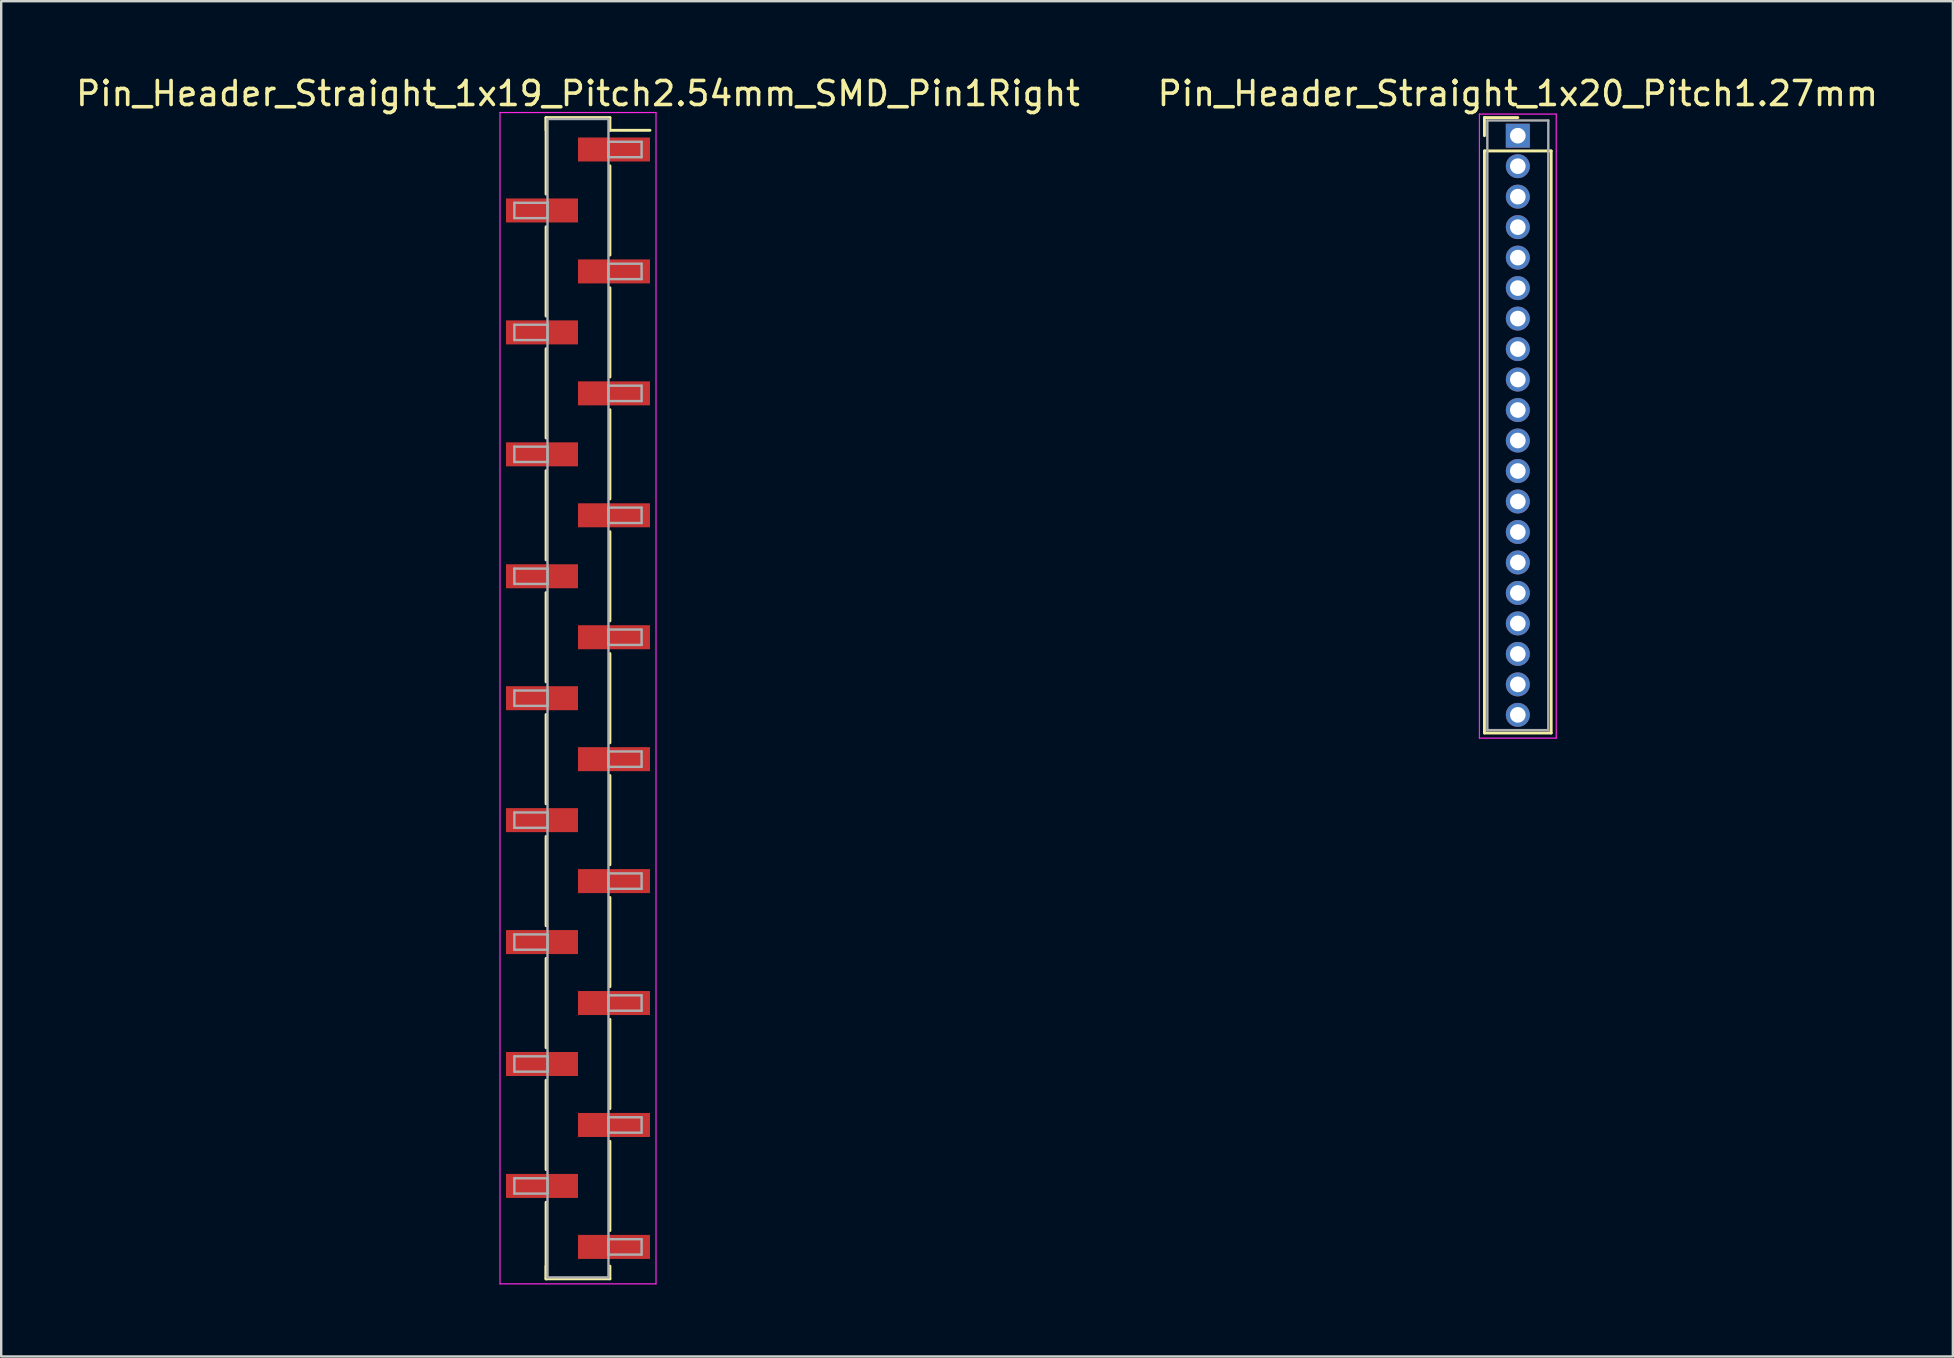
<source format=kicad_pcb>
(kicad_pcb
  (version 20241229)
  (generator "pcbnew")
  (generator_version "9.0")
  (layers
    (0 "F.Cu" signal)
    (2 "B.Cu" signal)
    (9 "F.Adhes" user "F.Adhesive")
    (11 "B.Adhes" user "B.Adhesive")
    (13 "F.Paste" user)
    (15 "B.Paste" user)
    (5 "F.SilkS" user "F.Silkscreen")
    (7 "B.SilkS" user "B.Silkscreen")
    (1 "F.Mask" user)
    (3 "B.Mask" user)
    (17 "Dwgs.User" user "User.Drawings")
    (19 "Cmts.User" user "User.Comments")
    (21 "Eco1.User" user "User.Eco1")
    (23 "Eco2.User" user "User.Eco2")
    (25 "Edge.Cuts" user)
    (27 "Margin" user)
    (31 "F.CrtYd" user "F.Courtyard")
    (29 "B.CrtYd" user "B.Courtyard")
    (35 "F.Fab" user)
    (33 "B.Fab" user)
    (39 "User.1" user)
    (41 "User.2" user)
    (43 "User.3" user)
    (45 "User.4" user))
  (footprint "Pin_Header_Straight_1x20_Pitch1.27mm"
    (layer "F.Cu")
    (at 60.185 2.603)
    (property "Reference" "Pin_Header_Straight_1x20_Pitch1.27mm" (at 0 -1.755 0) (layer "F.SilkS") (effects (font (size 1 1) (thickness 0.15))))
    (attr through_hole)
    (fp_line (start -1.39 -0.755) (end 0 -0.755) (stroke (width 0.12) (type solid)) (layer "F.SilkS"))
    (fp_line (start -1.39 0) (end -1.39 -0.755) (stroke (width 0.12) (type solid)) (layer "F.SilkS"))
    (fp_line (start -1.39 0.635) (end -1.39 24.885) (stroke (width 0.12) (type solid)) (layer "F.SilkS"))
    (fp_line (start -1.39 24.885) (end 1.39 24.885) (stroke (width 0.12) (type solid)) (layer "F.SilkS"))
    (fp_line (start 1.39 0.635) (end -1.39 0.635) (stroke (width 0.12) (type solid)) (layer "F.SilkS"))
    (fp_line (start 1.39 24.885) (end 1.39 0.635) (stroke (width 0.12) (type solid)) (layer "F.SilkS"))
    (fp_line (start -1.6 -0.9) (end -1.6 25.1) (stroke (width 0.05) (type solid)) (layer "F.CrtYd"))
    (fp_line (start -1.6 25.1) (end 1.6 25.1) (stroke (width 0.05) (type solid)) (layer "F.CrtYd"))
    (fp_line (start 1.6 -0.9) (end -1.6 -0.9) (stroke (width 0.05) (type solid)) (layer "F.CrtYd"))
    (fp_line (start 1.6 25.1) (end 1.6 -0.9) (stroke (width 0.05) (type solid)) (layer "F.CrtYd"))
    (fp_line (start -1.27 -0.635) (end -1.27 24.765) (stroke (width 0.1) (type solid)) (layer "F.Fab"))
    (fp_line (start -1.27 24.765) (end 1.27 24.765) (stroke (width 0.1) (type solid)) (layer "F.Fab"))
    (fp_line (start 1.27 -0.635) (end -1.27 -0.635) (stroke (width 0.1) (type solid)) (layer "F.Fab"))
    (fp_line (start 1.27 24.765) (end 1.27 -0.635) (stroke (width 0.1) (type solid)) (layer "F.Fab"))
    (pad "1" thru_hole rect (at 0 0) (size 1 1) (drill 0.65) (layers "*.Cu" "*.Mask"))
    (pad "2" thru_hole oval (at 0 1.27) (size 1 1) (drill 0.65) (layers "*.Cu" "*.Mask"))
    (pad "3" thru_hole oval (at 0 2.54) (size 1 1) (drill 0.65) (layers "*.Cu" "*.Mask"))
    (pad "4" thru_hole oval (at 0 3.81) (size 1 1) (drill 0.65) (layers "*.Cu" "*.Mask"))
    (pad "5" thru_hole oval (at 0 5.08) (size 1 1) (drill 0.65) (layers "*.Cu" "*.Mask"))
    (pad "6" thru_hole oval (at 0 6.35) (size 1 1) (drill 0.65) (layers "*.Cu" "*.Mask"))
    (pad "7" thru_hole oval (at 0 7.62) (size 1 1) (drill 0.65) (layers "*.Cu" "*.Mask"))
    (pad "8" thru_hole oval (at 0 8.89) (size 1 1) (drill 0.65) (layers "*.Cu" "*.Mask"))
    (pad "9" thru_hole oval (at 0 10.16) (size 1 1) (drill 0.65) (layers "*.Cu" "*.Mask"))
    (pad "10" thru_hole oval (at 0 11.43) (size 1 1) (drill 0.65) (layers "*.Cu" "*.Mask"))
    (pad "11" thru_hole oval (at 0 12.7) (size 1 1) (drill 0.65) (layers "*.Cu" "*.Mask"))
    (pad "12" thru_hole oval (at 0 13.97) (size 1 1) (drill 0.65) (layers "*.Cu" "*.Mask"))
    (pad "13" thru_hole oval (at 0 15.24) (size 1 1) (drill 0.65) (layers "*.Cu" "*.Mask"))
    (pad "14" thru_hole oval (at 0 16.51) (size 1 1) (drill 0.65) (layers "*.Cu" "*.Mask"))
    (pad "15" thru_hole oval (at 0 17.78) (size 1 1) (drill 0.65) (layers "*.Cu" "*.Mask"))
    (pad "16" thru_hole oval (at 0 19.05) (size 1 1) (drill 0.65) (layers "*.Cu" "*.Mask"))
    (pad "17" thru_hole oval (at 0 20.32) (size 1 1) (drill 0.65) (layers "*.Cu" "*.Mask"))
    (pad "18" thru_hole oval (at 0 21.59) (size 1 1) (drill 0.65) (layers "*.Cu" "*.Mask"))
    (pad "19" thru_hole oval (at 0 22.86) (size 1 1) (drill 0.65) (layers "*.Cu" "*.Mask"))
    (pad "20" thru_hole oval (at 0 24.13) (size 1 1) (drill 0.65) (layers "*.Cu" "*.Mask")))
  (footprint "Pin_Header_Straight_1x19_Pitch2.54mm_SMD_Pin1Right"
    (layer "F.Cu")
    (at 21.03 26.038)
    (property "Reference" "Pin_Header_Straight_1x19_Pitch2.54mm_SMD_Pin1Right" (at 0 -25.19 0) (layer "F.SilkS") (effects (font (size 1 1) (thickness 0.15))))
    (attr smd)
    (fp_line (start -1.33 -24.19) (end -1.33 -21) (stroke (width 0.12) (type solid)) (layer "F.SilkS"))
    (fp_line (start -1.33 -24.19) (end 1.33 -24.19) (stroke (width 0.12) (type solid)) (layer "F.SilkS"))
    (fp_line (start -1.33 -23.66) (end -1.33 -24.19) (stroke (width 0.12) (type solid)) (layer "F.SilkS"))
    (fp_line (start -1.33 -19.64) (end -1.33 -15.92) (stroke (width 0.12) (type solid)) (layer "F.SilkS"))
    (fp_line (start -1.33 -14.56) (end -1.33 -10.84) (stroke (width 0.12) (type solid)) (layer "F.SilkS"))
    (fp_line (start -1.33 -9.48) (end -1.33 -5.76) (stroke (width 0.12) (type solid)) (layer "F.SilkS"))
    (fp_line (start -1.33 -4.4) (end -1.33 -0.68) (stroke (width 0.12) (type solid)) (layer "F.SilkS"))
    (fp_line (start -1.33 0.68) (end -1.33 4.4) (stroke (width 0.12) (type solid)) (layer "F.SilkS"))
    (fp_line (start -1.33 5.76) (end -1.33 9.48) (stroke (width 0.12) (type solid)) (layer "F.SilkS"))
    (fp_line (start -1.33 10.84) (end -1.33 14.56) (stroke (width 0.12) (type solid)) (layer "F.SilkS"))
    (fp_line (start -1.33 15.92) (end -1.33 19.64) (stroke (width 0.12) (type solid)) (layer "F.SilkS"))
    (fp_line (start -1.33 21) (end -1.33 24.19) (stroke (width 0.12) (type solid)) (layer "F.SilkS"))
    (fp_line (start -1.33 23.66) (end -1.33 24.19) (stroke (width 0.12) (type solid)) (layer "F.SilkS"))
    (fp_line (start -1.33 24.19) (end 1.33 24.19) (stroke (width 0.12) (type solid)) (layer "F.SilkS"))
    (fp_line (start 1.33 -24.19) (end 1.33 -23.66) (stroke (width 0.12) (type solid)) (layer "F.SilkS"))
    (fp_line (start 1.33 -23.66) (end 3 -23.66) (stroke (width 0.12) (type solid)) (layer "F.SilkS"))
    (fp_line (start 1.33 -22.18) (end 1.33 -18.46) (stroke (width 0.12) (type solid)) (layer "F.SilkS"))
    (fp_line (start 1.33 -17.1) (end 1.33 -13.38) (stroke (width 0.12) (type solid)) (layer "F.SilkS"))
    (fp_line (start 1.33 -12.02) (end 1.33 -8.3) (stroke (width 0.12) (type solid)) (layer "F.SilkS"))
    (fp_line (start 1.33 -6.94) (end 1.33 -3.22) (stroke (width 0.12) (type solid)) (layer "F.SilkS"))
    (fp_line (start 1.33 -1.86) (end 1.33 1.86) (stroke (width 0.12) (type solid)) (layer "F.SilkS"))
    (fp_line (start 1.33 3.22) (end 1.33 6.94) (stroke (width 0.12) (type solid)) (layer "F.SilkS"))
    (fp_line (start 1.33 8.3) (end 1.33 12.02) (stroke (width 0.12) (type solid)) (layer "F.SilkS"))
    (fp_line (start 1.33 13.38) (end 1.33 17.1) (stroke (width 0.12) (type solid)) (layer "F.SilkS"))
    (fp_line (start 1.33 18.46) (end 1.33 22.18) (stroke (width 0.12) (type solid)) (layer "F.SilkS"))
    (fp_line (start 1.33 24.19) (end 1.33 23.66) (stroke (width 0.12) (type solid)) (layer "F.SilkS"))
    (fp_line (start -3.25 -24.4) (end -3.25 24.4) (stroke (width 0.05) (type solid)) (layer "F.CrtYd"))
    (fp_line (start -3.25 24.4) (end 3.25 24.4) (stroke (width 0.05) (type solid)) (layer "F.CrtYd"))
    (fp_line (start 3.25 -24.4) (end -3.25 -24.4) (stroke (width 0.05) (type solid)) (layer "F.CrtYd"))
    (fp_line (start 3.25 24.4) (end 3.25 -24.4) (stroke (width 0.05) (type solid)) (layer "F.CrtYd"))
    (fp_line (start -2.65 -20.64) (end -1.27 -20.64) (stroke (width 0.1) (type solid)) (layer "F.Fab"))
    (fp_line (start -2.65 -20) (end -2.65 -20.64) (stroke (width 0.1) (type solid)) (layer "F.Fab"))
    (fp_line (start -2.65 -15.56) (end -1.27 -15.56) (stroke (width 0.1) (type solid)) (layer "F.Fab"))
    (fp_line (start -2.65 -14.92) (end -2.65 -15.56) (stroke (width 0.1) (type solid)) (layer "F.Fab"))
    (fp_line (start -2.65 -10.48) (end -1.27 -10.48) (stroke (width 0.1) (type solid)) (layer "F.Fab"))
    (fp_line (start -2.65 -9.84) (end -2.65 -10.48) (stroke (width 0.1) (type solid)) (layer "F.Fab"))
    (fp_line (start -2.65 -5.4) (end -1.27 -5.4) (stroke (width 0.1) (type solid)) (layer "F.Fab"))
    (fp_line (start -2.65 -4.76) (end -2.65 -5.4) (stroke (width 0.1) (type solid)) (layer "F.Fab"))
    (fp_line (start -2.65 -0.32) (end -1.27 -0.32) (stroke (width 0.1) (type solid)) (layer "F.Fab"))
    (fp_line (start -2.65 0.32) (end -2.65 -0.32) (stroke (width 0.1) (type solid)) (layer "F.Fab"))
    (fp_line (start -2.65 4.76) (end -1.27 4.76) (stroke (width 0.1) (type solid)) (layer "F.Fab"))
    (fp_line (start -2.65 5.4) (end -2.65 4.76) (stroke (width 0.1) (type solid)) (layer "F.Fab"))
    (fp_line (start -2.65 9.84) (end -1.27 9.84) (stroke (width 0.1) (type solid)) (layer "F.Fab"))
    (fp_line (start -2.65 10.48) (end -2.65 9.84) (stroke (width 0.1) (type solid)) (layer "F.Fab"))
    (fp_line (start -2.65 14.92) (end -1.27 14.92) (stroke (width 0.1) (type solid)) (layer "F.Fab"))
    (fp_line (start -2.65 15.56) (end -2.65 14.92) (stroke (width 0.1) (type solid)) (layer "F.Fab"))
    (fp_line (start -2.65 20) (end -1.27 20) (stroke (width 0.1) (type solid)) (layer "F.Fab"))
    (fp_line (start -2.65 20.64) (end -2.65 20) (stroke (width 0.1) (type solid)) (layer "F.Fab"))
    (fp_line (start -1.27 -24.13) (end -1.27 24.13) (stroke (width 0.1) (type solid)) (layer "F.Fab"))
    (fp_line (start -1.27 -20.64) (end -1.27 -20) (stroke (width 0.1) (type solid)) (layer "F.Fab"))
    (fp_line (start -1.27 -20) (end -2.65 -20) (stroke (width 0.1) (type solid)) (layer "F.Fab"))
    (fp_line (start -1.27 -15.56) (end -1.27 -14.92) (stroke (width 0.1) (type solid)) (layer "F.Fab"))
    (fp_line (start -1.27 -14.92) (end -2.65 -14.92) (stroke (width 0.1) (type solid)) (layer "F.Fab"))
    (fp_line (start -1.27 -10.48) (end -1.27 -9.84) (stroke (width 0.1) (type solid)) (layer "F.Fab"))
    (fp_line (start -1.27 -9.84) (end -2.65 -9.84) (stroke (width 0.1) (type solid)) (layer "F.Fab"))
    (fp_line (start -1.27 -5.4) (end -1.27 -4.76) (stroke (width 0.1) (type solid)) (layer "F.Fab"))
    (fp_line (start -1.27 -4.76) (end -2.65 -4.76) (stroke (width 0.1) (type solid)) (layer "F.Fab"))
    (fp_line (start -1.27 -0.32) (end -1.27 0.32) (stroke (width 0.1) (type solid)) (layer "F.Fab"))
    (fp_line (start -1.27 0.32) (end -2.65 0.32) (stroke (width 0.1) (type solid)) (layer "F.Fab"))
    (fp_line (start -1.27 4.76) (end -1.27 5.4) (stroke (width 0.1) (type solid)) (layer "F.Fab"))
    (fp_line (start -1.27 5.4) (end -2.65 5.4) (stroke (width 0.1) (type solid)) (layer "F.Fab"))
    (fp_line (start -1.27 9.84) (end -1.27 10.48) (stroke (width 0.1) (type solid)) (layer "F.Fab"))
    (fp_line (start -1.27 10.48) (end -2.65 10.48) (stroke (width 0.1) (type solid)) (layer "F.Fab"))
    (fp_line (start -1.27 14.92) (end -1.27 15.56) (stroke (width 0.1) (type solid)) (layer "F.Fab"))
    (fp_line (start -1.27 15.56) (end -2.65 15.56) (stroke (width 0.1) (type solid)) (layer "F.Fab"))
    (fp_line (start -1.27 20) (end -1.27 20.64) (stroke (width 0.1) (type solid)) (layer "F.Fab"))
    (fp_line (start -1.27 20.64) (end -2.65 20.64) (stroke (width 0.1) (type solid)) (layer "F.Fab"))
    (fp_line (start -1.27 24.13) (end 1.27 24.13) (stroke (width 0.1) (type solid)) (layer "F.Fab"))
    (fp_line (start 1.27 -24.13) (end -1.27 -24.13) (stroke (width 0.1) (type solid)) (layer "F.Fab"))
    (fp_line (start 1.27 -23.18) (end 1.27 -22.54) (stroke (width 0.1) (type solid)) (layer "F.Fab"))
    (fp_line (start 1.27 -22.54) (end 2.65 -22.54) (stroke (width 0.1) (type solid)) (layer "F.Fab"))
    (fp_line (start 1.27 -18.1) (end 1.27 -17.46) (stroke (width 0.1) (type solid)) (layer "F.Fab"))
    (fp_line (start 1.27 -17.46) (end 2.65 -17.46) (stroke (width 0.1) (type solid)) (layer "F.Fab"))
    (fp_line (start 1.27 -13.02) (end 1.27 -12.38) (stroke (width 0.1) (type solid)) (layer "F.Fab"))
    (fp_line (start 1.27 -12.38) (end 2.65 -12.38) (stroke (width 0.1) (type solid)) (layer "F.Fab"))
    (fp_line (start 1.27 -7.94) (end 1.27 -7.3) (stroke (width 0.1) (type solid)) (layer "F.Fab"))
    (fp_line (start 1.27 -7.3) (end 2.65 -7.3) (stroke (width 0.1) (type solid)) (layer "F.Fab"))
    (fp_line (start 1.27 -2.86) (end 1.27 -2.22) (stroke (width 0.1) (type solid)) (layer "F.Fab"))
    (fp_line (start 1.27 -2.22) (end 2.65 -2.22) (stroke (width 0.1) (type solid)) (layer "F.Fab"))
    (fp_line (start 1.27 2.22) (end 1.27 2.86) (stroke (width 0.1) (type solid)) (layer "F.Fab"))
    (fp_line (start 1.27 2.86) (end 2.65 2.86) (stroke (width 0.1) (type solid)) (layer "F.Fab"))
    (fp_line (start 1.27 7.3) (end 1.27 7.94) (stroke (width 0.1) (type solid)) (layer "F.Fab"))
    (fp_line (start 1.27 7.94) (end 2.65 7.94) (stroke (width 0.1) (type solid)) (layer "F.Fab"))
    (fp_line (start 1.27 12.38) (end 1.27 13.02) (stroke (width 0.1) (type solid)) (layer "F.Fab"))
    (fp_line (start 1.27 13.02) (end 2.65 13.02) (stroke (width 0.1) (type solid)) (layer "F.Fab"))
    (fp_line (start 1.27 17.46) (end 1.27 18.1) (stroke (width 0.1) (type solid)) (layer "F.Fab"))
    (fp_line (start 1.27 18.1) (end 2.65 18.1) (stroke (width 0.1) (type solid)) (layer "F.Fab"))
    (fp_line (start 1.27 22.54) (end 1.27 23.18) (stroke (width 0.1) (type solid)) (layer "F.Fab"))
    (fp_line (start 1.27 23.18) (end 2.65 23.18) (stroke (width 0.1) (type solid)) (layer "F.Fab"))
    (fp_line (start 1.27 24.13) (end 1.27 -24.13) (stroke (width 0.1) (type solid)) (layer "F.Fab"))
    (fp_line (start 2.65 -23.18) (end 1.27 -23.18) (stroke (width 0.1) (type solid)) (layer "F.Fab"))
    (fp_line (start 2.65 -22.54) (end 2.65 -23.18) (stroke (width 0.1) (type solid)) (layer "F.Fab"))
    (fp_line (start 2.65 -18.1) (end 1.27 -18.1) (stroke (width 0.1) (type solid)) (layer "F.Fab"))
    (fp_line (start 2.65 -17.46) (end 2.65 -18.1) (stroke (width 0.1) (type solid)) (layer "F.Fab"))
    (fp_line (start 2.65 -13.02) (end 1.27 -13.02) (stroke (width 0.1) (type solid)) (layer "F.Fab"))
    (fp_line (start 2.65 -12.38) (end 2.65 -13.02) (stroke (width 0.1) (type solid)) (layer "F.Fab"))
    (fp_line (start 2.65 -7.94) (end 1.27 -7.94) (stroke (width 0.1) (type solid)) (layer "F.Fab"))
    (fp_line (start 2.65 -7.3) (end 2.65 -7.94) (stroke (width 0.1) (type solid)) (layer "F.Fab"))
    (fp_line (start 2.65 -2.86) (end 1.27 -2.86) (stroke (width 0.1) (type solid)) (layer "F.Fab"))
    (fp_line (start 2.65 -2.22) (end 2.65 -2.86) (stroke (width 0.1) (type solid)) (layer "F.Fab"))
    (fp_line (start 2.65 2.22) (end 1.27 2.22) (stroke (width 0.1) (type solid)) (layer "F.Fab"))
    (fp_line (start 2.65 2.86) (end 2.65 2.22) (stroke (width 0.1) (type solid)) (layer "F.Fab"))
    (fp_line (start 2.65 7.3) (end 1.27 7.3) (stroke (width 0.1) (type solid)) (layer "F.Fab"))
    (fp_line (start 2.65 7.94) (end 2.65 7.3) (stroke (width 0.1) (type solid)) (layer "F.Fab"))
    (fp_line (start 2.65 12.38) (end 1.27 12.38) (stroke (width 0.1) (type solid)) (layer "F.Fab"))
    (fp_line (start 2.65 13.02) (end 2.65 12.38) (stroke (width 0.1) (type solid)) (layer "F.Fab"))
    (fp_line (start 2.65 17.46) (end 1.27 17.46) (stroke (width 0.1) (type solid)) (layer "F.Fab"))
    (fp_line (start 2.65 18.1) (end 2.65 17.46) (stroke (width 0.1) (type solid)) (layer "F.Fab"))
    (fp_line (start 2.65 22.54) (end 1.27 22.54) (stroke (width 0.1) (type solid)) (layer "F.Fab"))
    (fp_line (start 2.65 23.18) (end 2.65 22.54) (stroke (width 0.1) (type solid)) (layer "F.Fab"))
    (pad "1" smd rect (at 1.5 -22.86) (size 3 1) (layers "F.Cu" "F.Mask"))
    (pad "2" smd rect (at -1.5 -20.32) (size 3 1) (layers "F.Cu" "F.Mask"))
    (pad "3" smd rect (at 1.5 -17.78) (size 3 1) (layers "F.Cu" "F.Mask"))
    (pad "4" smd rect (at -1.5 -15.24) (size 3 1) (layers "F.Cu" "F.Mask"))
    (pad "5" smd rect (at 1.5 -12.7) (size 3 1) (layers "F.Cu" "F.Mask"))
    (pad "6" smd rect (at -1.5 -10.16) (size 3 1) (layers "F.Cu" "F.Mask"))
    (pad "7" smd rect (at 1.5 -7.62) (size 3 1) (layers "F.Cu" "F.Mask"))
    (pad "8" smd rect (at -1.5 -5.08) (size 3 1) (layers "F.Cu" "F.Mask"))
    (pad "9" smd rect (at 1.5 -2.54) (size 3 1) (layers "F.Cu" "F.Mask"))
    (pad "10" smd rect (at -1.5 0) (size 3 1) (layers "F.Cu" "F.Mask"))
    (pad "11" smd rect (at 1.5 2.54) (size 3 1) (layers "F.Cu" "F.Mask"))
    (pad "12" smd rect (at -1.5 5.08) (size 3 1) (layers "F.Cu" "F.Mask"))
    (pad "13" smd rect (at 1.5 7.62) (size 3 1) (layers "F.Cu" "F.Mask"))
    (pad "14" smd rect (at -1.5 10.16) (size 3 1) (layers "F.Cu" "F.Mask"))
    (pad "15" smd rect (at 1.5 12.7) (size 3 1) (layers "F.Cu" "F.Mask"))
    (pad "16" smd rect (at -1.5 15.24) (size 3 1) (layers "F.Cu" "F.Mask"))
    (pad "17" smd rect (at 1.5 17.78) (size 3 1) (layers "F.Cu" "F.Mask"))
    (pad "18" smd rect (at -1.5 20.32) (size 3 1) (layers "F.Cu" "F.Mask"))
    (pad "19" smd rect (at 1.5 22.86) (size 3 1) (layers "F.Cu" "F.Mask")))
  (gr_rect
    (start -3 -3)
    (end 78.31 53.463)
    (stroke (width 0.1) (type default))
    (fill no)
    (layer "Edge.Cuts")))
</source>
